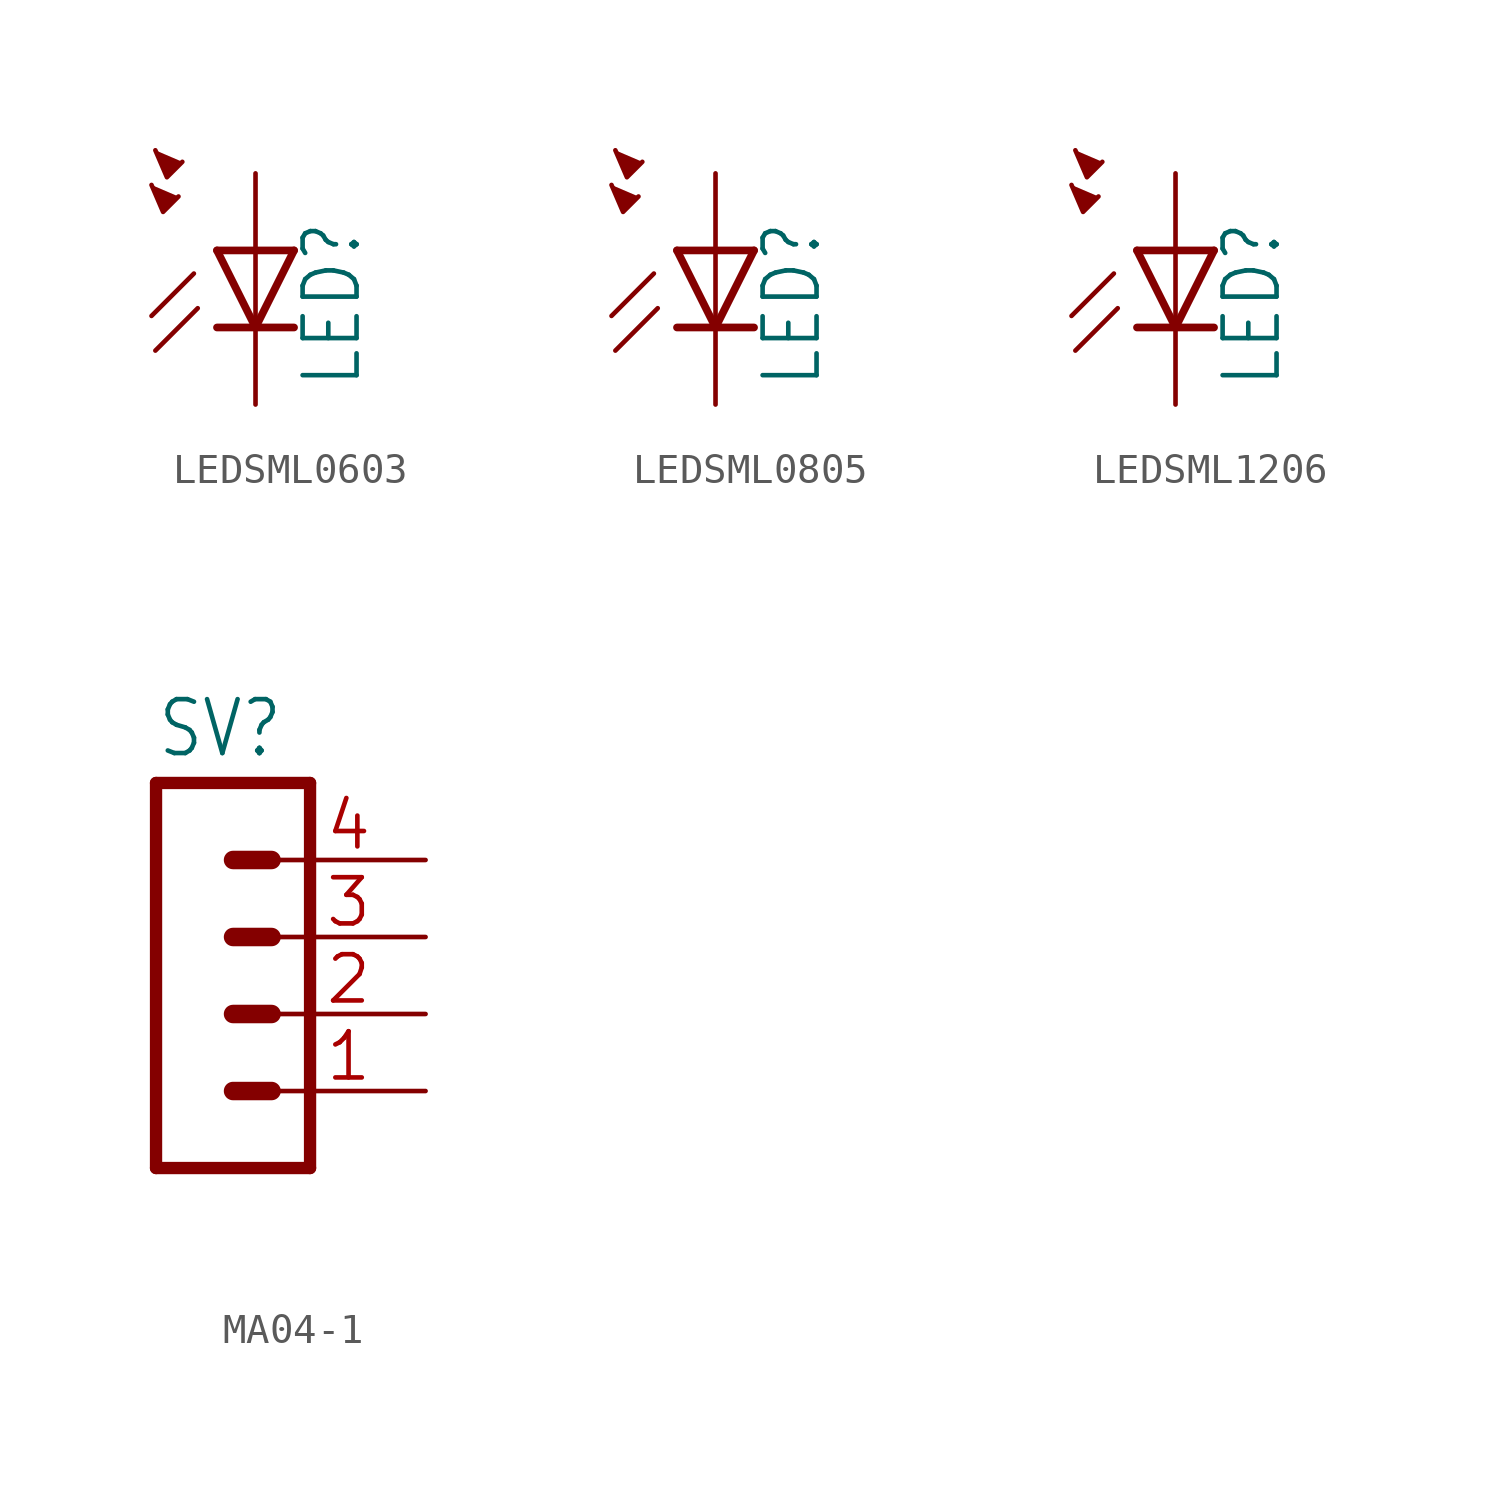
<source format=kicad_sym>
(kicad_symbol_lib
  (version 20241209)
  (generator "kicad_symbol_editor")
  (generator_version "9.0")
  (symbol "LEDSML0603"
    (property "Reference" "LED"
      (at 3.556 -4.572 90)
      (effects (font (size 1.778 1.511)) (justify left bottom)))
    (property "Value" ""
      (at 5.715 -4.572 90)
      (effects (font (size 1.778 1.511)) (justify left bottom)))
    (property "ki_locked" ""
      (at 0 0 0)
      (effects (font (size 1.27 1.27))))
    (symbol "LEDSML0603_1_0"
      (polyline (pts (xy -3.429 2.159) (xy -3.048 1.27) (xy -2.54 1.778)) (stroke (width 0.152) (type solid)) (fill (type outline)))
      (polyline (pts (xy -3.302 3.302) (xy -2.921 2.413) (xy -2.413 2.921)) (stroke (width 0.152) (type solid)) (fill (type outline)))
      (polyline (pts (xy -2.032 -0.762) (xy -3.429 -2.159)) (stroke (width 0.152) (type solid)) (fill (type none)))
      (polyline (pts (xy -1.905 -1.905) (xy -3.302 -3.302)) (stroke (width 0.152) (type solid)) (fill (type none)))
      (polyline (pts (xy 0 0) (xy -1.27 0)) (stroke (width 0.254) (type solid)) (fill (type none)))
      (polyline (pts (xy 0 0) (xy 0 -2.54)) (stroke (width 0.152) (type solid)) (fill (type none)))
      (polyline (pts (xy 0 -2.54) (xy -1.27 0)) (stroke (width 0.254) (type solid)) (fill (type none)))
      (polyline (pts (xy 0 -2.54) (xy -1.27 -2.54)) (stroke (width 0.254) (type solid)) (fill (type none)))
      (polyline (pts (xy 1.27 0) (xy 0 0)) (stroke (width 0.254) (type solid)) (fill (type none)))
      (polyline (pts (xy 1.27 0) (xy 0 -2.54)) (stroke (width 0.254) (type solid)) (fill (type none)))
      (polyline (pts (xy 1.27 -2.54) (xy 0 -2.54)) (stroke (width 0.254) (type solid)) (fill (type none)))
      (pin passive line (at 0 2.54 270) (length 2.54) (name "A" (effects (font (size 0 0)))) (number "A" (effects (font (size 0 0)))))
      (pin passive line (at 0 -5.08 90) (length 2.54) (name "C" (effects (font (size 0 0)))) (number "C" (effects (font (size 0 0)))))))
  (symbol "LEDSML0805"
    (property "Reference" "LED"
      (at 3.556 -4.572 90)
      (effects (font (size 1.778 1.511)) (justify left bottom)))
    (property "Value" ""
      (at 5.715 -4.572 90)
      (effects (font (size 1.778 1.511)) (justify left bottom)))
    (property "ki_locked" ""
      (at 0 0 0)
      (effects (font (size 1.27 1.27))))
    (symbol "LEDSML0805_1_0"
      (polyline (pts (xy -3.429 2.159) (xy -3.048 1.27) (xy -2.54 1.778)) (stroke (width 0.152) (type solid)) (fill (type outline)))
      (polyline (pts (xy -3.302 3.302) (xy -2.921 2.413) (xy -2.413 2.921)) (stroke (width 0.152) (type solid)) (fill (type outline)))
      (polyline (pts (xy -2.032 -0.762) (xy -3.429 -2.159)) (stroke (width 0.152) (type solid)) (fill (type none)))
      (polyline (pts (xy -1.905 -1.905) (xy -3.302 -3.302)) (stroke (width 0.152) (type solid)) (fill (type none)))
      (polyline (pts (xy 0 0) (xy -1.27 0)) (stroke (width 0.254) (type solid)) (fill (type none)))
      (polyline (pts (xy 0 0) (xy 0 -2.54)) (stroke (width 0.152) (type solid)) (fill (type none)))
      (polyline (pts (xy 0 -2.54) (xy -1.27 0)) (stroke (width 0.254) (type solid)) (fill (type none)))
      (polyline (pts (xy 0 -2.54) (xy -1.27 -2.54)) (stroke (width 0.254) (type solid)) (fill (type none)))
      (polyline (pts (xy 1.27 0) (xy 0 0)) (stroke (width 0.254) (type solid)) (fill (type none)))
      (polyline (pts (xy 1.27 0) (xy 0 -2.54)) (stroke (width 0.254) (type solid)) (fill (type none)))
      (polyline (pts (xy 1.27 -2.54) (xy 0 -2.54)) (stroke (width 0.254) (type solid)) (fill (type none)))
      (pin passive line (at 0 2.54 270) (length 2.54) (name "A" (effects (font (size 0 0)))) (number "A" (effects (font (size 0 0)))))
      (pin passive line (at 0 -5.08 90) (length 2.54) (name "C" (effects (font (size 0 0)))) (number "C" (effects (font (size 0 0)))))))
  (symbol "LEDSML1206"
    (property "Reference" "LED"
      (at 3.556 -4.572 90)
      (effects (font (size 1.778 1.511)) (justify left bottom)))
    (property "Value" ""
      (at 5.715 -4.572 90)
      (effects (font (size 1.778 1.511)) (justify left bottom)))
    (property "ki_locked" ""
      (at 0 0 0)
      (effects (font (size 1.27 1.27))))
    (symbol "LEDSML1206_1_0"
      (polyline (pts (xy -3.429 2.159) (xy -3.048 1.27) (xy -2.54 1.778)) (stroke (width 0.152) (type solid)) (fill (type outline)))
      (polyline (pts (xy -3.302 3.302) (xy -2.921 2.413) (xy -2.413 2.921)) (stroke (width 0.152) (type solid)) (fill (type outline)))
      (polyline (pts (xy -2.032 -0.762) (xy -3.429 -2.159)) (stroke (width 0.152) (type solid)) (fill (type none)))
      (polyline (pts (xy -1.905 -1.905) (xy -3.302 -3.302)) (stroke (width 0.152) (type solid)) (fill (type none)))
      (polyline (pts (xy 0 0) (xy -1.27 0)) (stroke (width 0.254) (type solid)) (fill (type none)))
      (polyline (pts (xy 0 0) (xy 0 -2.54)) (stroke (width 0.152) (type solid)) (fill (type none)))
      (polyline (pts (xy 0 -2.54) (xy -1.27 0)) (stroke (width 0.254) (type solid)) (fill (type none)))
      (polyline (pts (xy 0 -2.54) (xy -1.27 -2.54)) (stroke (width 0.254) (type solid)) (fill (type none)))
      (polyline (pts (xy 1.27 0) (xy 0 0)) (stroke (width 0.254) (type solid)) (fill (type none)))
      (polyline (pts (xy 1.27 0) (xy 0 -2.54)) (stroke (width 0.254) (type solid)) (fill (type none)))
      (polyline (pts (xy 1.27 -2.54) (xy 0 -2.54)) (stroke (width 0.254) (type solid)) (fill (type none)))
      (pin passive line (at 0 2.54 270) (length 2.54) (name "A" (effects (font (size 0 0)))) (number "A" (effects (font (size 0 0)))))
      (pin passive line (at 0 -5.08 90) (length 2.54) (name "C" (effects (font (size 0 0)))) (number "C" (effects (font (size 0 0)))))))
  (symbol "MA04-1"
    (property "Reference" "SV"
      (at -1.27 5.842 0)
      (effects (font (size 1.778 1.511)) (justify left bottom)))
    (property "Value" ""
      (at -1.27 -10.16 0)
      (effects (font (size 1.778 1.511)) (justify left bottom)))
    (property "ki_locked" ""
      (at 0 0 0)
      (effects (font (size 1.27 1.27))))
    (symbol "MA04-1_1_0"
      (polyline (pts (xy -1.27 5.08) (xy -1.27 -7.62)) (stroke (width 0.406) (type solid)) (fill (type none)))
      (polyline (pts (xy -1.27 5.08) (xy 3.81 5.08)) (stroke (width 0.406) (type solid)) (fill (type none)))
      (polyline (pts (xy 1.27 2.54) (xy 2.54 2.54)) (stroke (width 0.61) (type solid)) (fill (type none)))
      (polyline (pts (xy 1.27 0) (xy 2.54 0)) (stroke (width 0.61) (type solid)) (fill (type none)))
      (polyline (pts (xy 1.27 -2.54) (xy 2.54 -2.54)) (stroke (width 0.61) (type solid)) (fill (type none)))
      (polyline (pts (xy 1.27 -5.08) (xy 2.54 -5.08)) (stroke (width 0.61) (type solid)) (fill (type none)))
      (polyline (pts (xy 3.81 -7.62) (xy -1.27 -7.62)) (stroke (width 0.406) (type solid)) (fill (type none)))
      (polyline (pts (xy 3.81 -7.62) (xy 3.81 5.08)) (stroke (width 0.406) (type solid)) (fill (type none)))
      (pin passive line (at 7.62 2.54 180) (length 5.08) (name "4" (effects (font (size 0 0)))) (number "4" (effects (font (size 1.524 1.524)))))
      (pin passive line (at 7.62 0 180) (length 5.08) (name "3" (effects (font (size 0 0)))) (number "3" (effects (font (size 1.524 1.524)))))
      (pin passive line (at 7.62 -2.54 180) (length 5.08) (name "2" (effects (font (size 0 0)))) (number "2" (effects (font (size 1.524 1.524)))))
      (pin passive line (at 7.62 -5.08 180) (length 5.08) (name "1" (effects (font (size 0 0)))) (number "1" (effects (font (size 1.524 1.524))))))))
</source>
